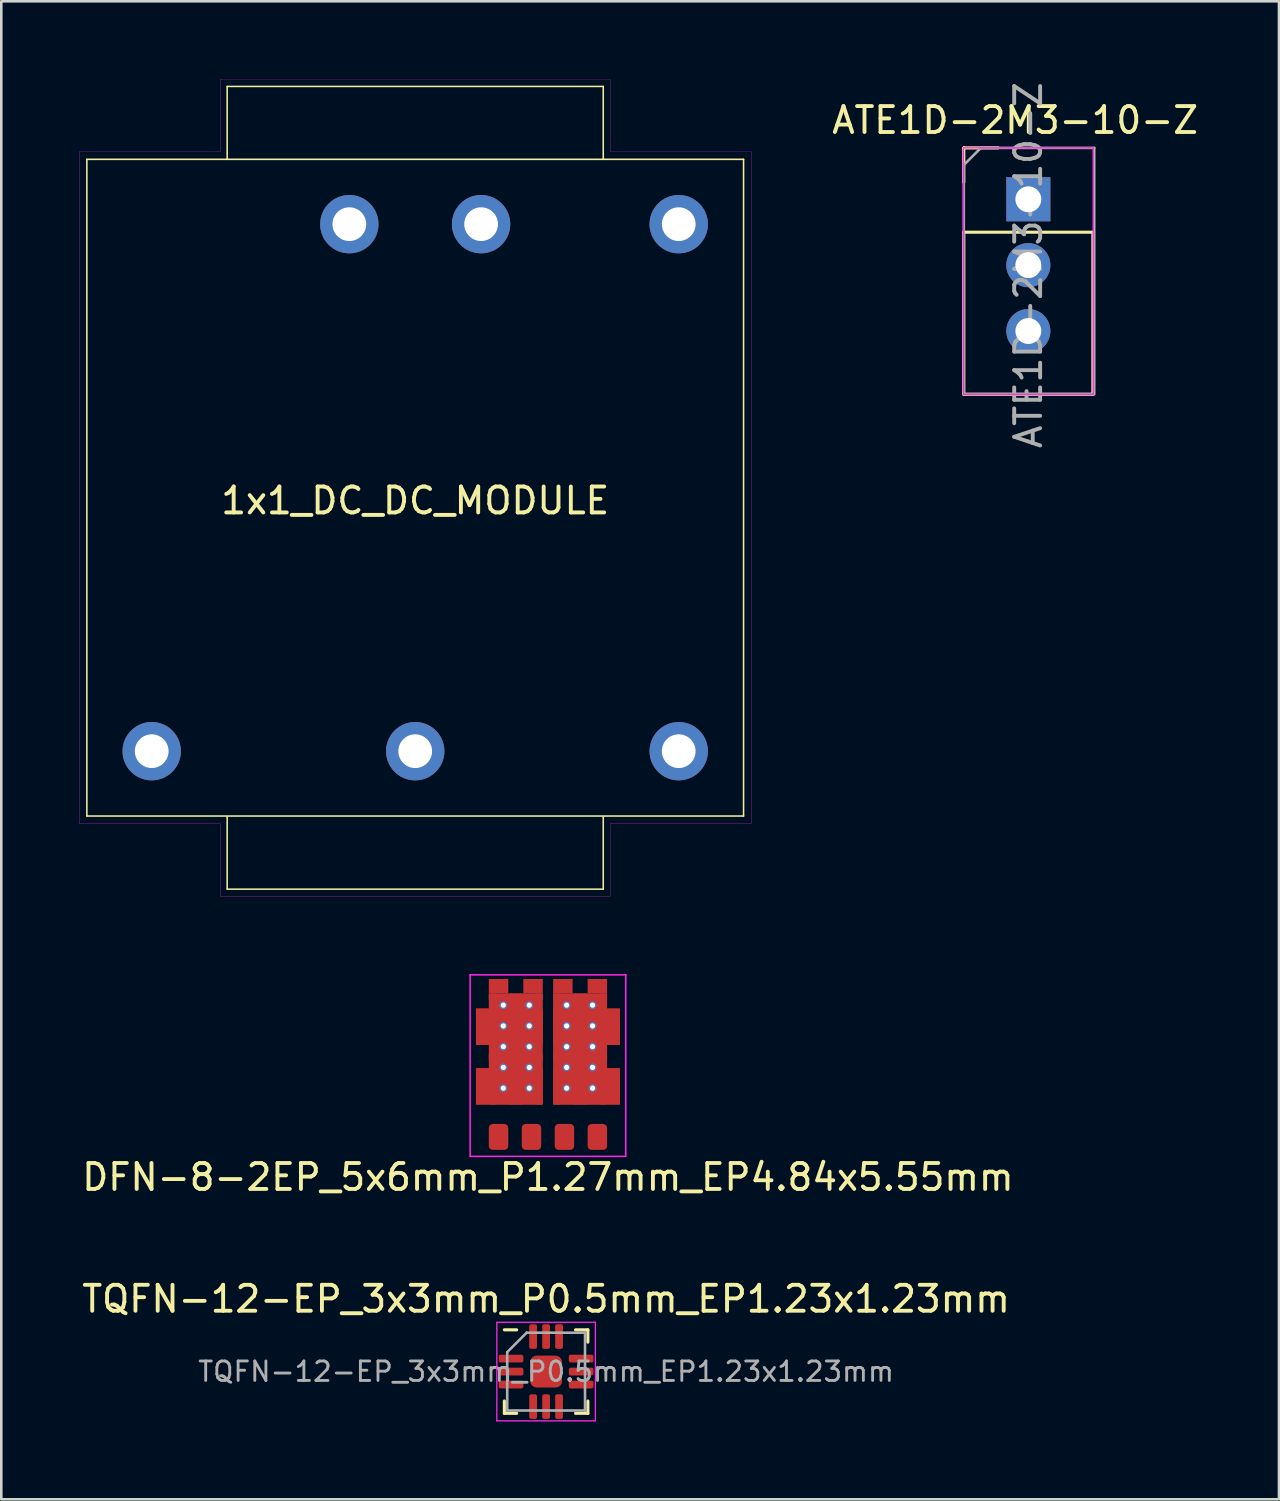
<source format=kicad_pcb>
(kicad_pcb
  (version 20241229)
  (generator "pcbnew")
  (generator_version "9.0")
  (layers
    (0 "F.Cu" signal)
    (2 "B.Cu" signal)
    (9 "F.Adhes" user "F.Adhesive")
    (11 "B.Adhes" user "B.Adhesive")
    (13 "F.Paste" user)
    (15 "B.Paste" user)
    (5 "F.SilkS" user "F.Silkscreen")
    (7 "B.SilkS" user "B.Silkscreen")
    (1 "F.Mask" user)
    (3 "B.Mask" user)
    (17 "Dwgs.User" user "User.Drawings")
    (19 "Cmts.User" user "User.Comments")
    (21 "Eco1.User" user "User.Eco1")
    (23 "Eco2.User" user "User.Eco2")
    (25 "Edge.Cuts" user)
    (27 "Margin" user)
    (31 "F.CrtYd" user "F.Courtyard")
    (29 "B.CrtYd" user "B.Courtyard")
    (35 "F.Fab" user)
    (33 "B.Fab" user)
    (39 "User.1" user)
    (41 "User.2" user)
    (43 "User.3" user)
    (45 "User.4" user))
  (footprint "TQFN-12-EP_3x3mm_P0.5mm_EP1.23x1.23mm"
    (layer "F.Cu")
    (at 18.006 49.833)
    (property "Reference" "TQFN-12-EP_3x3mm_P0.5mm_EP1.23x1.23mm" (at 0 -2.8 0) (layer "F.SilkS") (effects (font (size 1 1) (thickness 0.15))))
    (attr smd)
    (fp_line (start -1.61 1.61) (end -1.61 1.135) (stroke (width 0.12) (type solid)) (layer "F.SilkS"))
    (fp_line (start -1.135 -1.61) (end -1.61 -1.61) (stroke (width 0.12) (type solid)) (layer "F.SilkS"))
    (fp_line (start -1.135 1.61) (end -1.61 1.61) (stroke (width 0.12) (type solid)) (layer "F.SilkS"))
    (fp_line (start 1.135 -1.61) (end 1.61 -1.61) (stroke (width 0.12) (type solid)) (layer "F.SilkS"))
    (fp_line (start 1.135 1.61) (end 1.61 1.61) (stroke (width 0.12) (type solid)) (layer "F.SilkS"))
    (fp_line (start 1.61 -1.61) (end 1.61 -1.135) (stroke (width 0.12) (type solid)) (layer "F.SilkS"))
    (fp_line (start 1.61 1.61) (end 1.61 1.135) (stroke (width 0.12) (type solid)) (layer "F.SilkS"))
    (fp_line (start -1.9 -1.9) (end -1.9 1.9) (stroke (width 0.05) (type solid)) (layer "F.CrtYd"))
    (fp_line (start -1.9 1.9) (end 1.9 1.9) (stroke (width 0.05) (type solid)) (layer "F.CrtYd"))
    (fp_line (start 1.9 -1.9) (end -1.9 -1.9) (stroke (width 0.05) (type solid)) (layer "F.CrtYd"))
    (fp_line (start 1.9 1.9) (end 1.9 -1.9) (stroke (width 0.05) (type solid)) (layer "F.CrtYd"))
    (fp_line (start -1.5 -0.75) (end -0.75 -1.5) (stroke (width 0.1) (type solid)) (layer "F.Fab"))
    (fp_line (start -1.5 1.5) (end -1.5 -0.75) (stroke (width 0.1) (type solid)) (layer "F.Fab"))
    (fp_line (start -0.75 -1.5) (end 1.5 -1.5) (stroke (width 0.1) (type solid)) (layer "F.Fab"))
    (fp_line (start 1.5 -1.5) (end 1.5 1.5) (stroke (width 0.1) (type solid)) (layer "F.Fab"))
    (fp_line (start 1.5 1.5) (end -1.5 1.5) (stroke (width 0.1) (type solid)) (layer "F.Fab"))
    (fp_text user "${REFERENCE}" (at 0 0 0) (layer "F.Fab") (effects (font (size 0.75 0.75) (thickness 0.11))))
    (pad "" smd roundrect (at -0.31 -0.31) (size 0.5 0.5) (layers "F.Paste") (roundrect_rratio 0.25))
    (pad "" smd roundrect (at -0.31 0.31) (size 0.5 0.5) (layers "F.Paste") (roundrect_rratio 0.25))
    (pad "" smd roundrect (at 0.31 -0.31) (size 0.5 0.5) (layers "F.Paste") (roundrect_rratio 0.25))
    (pad "" smd roundrect (at 0.31 0.31) (size 0.5 0.5) (layers "F.Paste") (roundrect_rratio 0.25))
    (pad "1" smd roundrect (at -1.35 -0.5) (size 0.95 0.3) (layers "F.Cu" "F.Mask" "F.Paste") (roundrect_rratio 0.25))
    (pad "2" smd roundrect (at -1.35 0) (size 0.95 0.3) (layers "F.Cu" "F.Mask" "F.Paste") (roundrect_rratio 0.25))
    (pad "3" smd roundrect (at -1.35 0.5) (size 0.95 0.3) (layers "F.Cu" "F.Mask" "F.Paste") (roundrect_rratio 0.25))
    (pad "4" smd roundrect (at -0.5 1.35) (size 0.3 0.95) (layers "F.Cu" "F.Mask" "F.Paste") (roundrect_rratio 0.25))
    (pad "5" smd roundrect (at 0 1.35) (size 0.3 0.95) (layers "F.Cu" "F.Mask" "F.Paste") (roundrect_rratio 0.25))
    (pad "6" smd roundrect (at 0.5 1.35) (size 0.3 0.95) (layers "F.Cu" "F.Mask" "F.Paste") (roundrect_rratio 0.25))
    (pad "7" smd roundrect (at 1.35 0.5) (size 0.95 0.3) (layers "F.Cu" "F.Mask" "F.Paste") (roundrect_rratio 0.25))
    (pad "8" smd roundrect (at 1.35 0) (size 0.95 0.3) (layers "F.Cu" "F.Mask" "F.Paste") (roundrect_rratio 0.25))
    (pad "9" smd roundrect (at 1.35 -0.5) (size 0.95 0.3) (layers "F.Cu" "F.Mask" "F.Paste") (roundrect_rratio 0.25))
    (pad "10" smd roundrect (at 0.5 -1.35) (size 0.3 0.95) (layers "F.Cu" "F.Mask" "F.Paste") (roundrect_rratio 0.25))
    (pad "11" smd roundrect (at 0 -1.35) (size 0.3 0.95) (layers "F.Cu" "F.Mask" "F.Paste") (roundrect_rratio 0.25))
    (pad "12" smd roundrect (at -0.5 -1.35) (size 0.3 0.95) (layers "F.Cu" "F.Mask" "F.Paste") (roundrect_rratio 0.25))
    (pad "EP" smd roundrect (at 0 0) (size 1.23 1.23) (layers "F.Cu" "F.Mask" "F.Paste") (roundrect_rratio 0.203)))
  (footprint "DFN-8-2EP_5x6mm_P1.27mm_EP4.84x5.55mm"
    (layer "F.Cu")
    (at 18.077 40.786)
    (property "Reference" "DFN-8-2EP_5x6mm_P1.27mm_EP4.84x5.55mm" (at 0 1.55 0) (layer "F.SilkS") (effects (font (size 1 1) (thickness 0.15))))
    (attr through_hole)
    (fp_line (start -3 -6.25) (end 3 -6.25) (stroke (width 0.06) (type solid)) (layer "F.CrtYd"))
    (fp_line (start -3 0.75) (end -3 -6.25) (stroke (width 0.06) (type solid)) (layer "F.CrtYd"))
    (fp_line (start 3 -6.25) (end 3 0.75) (stroke (width 0.06) (type solid)) (layer "F.CrtYd"))
    (fp_line (start 3 0.75) (end -3 0.75) (stroke (width 0.06) (type solid)) (layer "F.CrtYd"))
    (pad "1" smd roundrect (at -1.905 0) (size 0.75 1) (layers "F.Cu" "F.Mask" "F.Paste") (roundrect_rratio 0.203))
    (pad "2" smd roundrect (at -0.635 0) (size 0.75 1) (layers "F.Cu" "F.Mask" "F.Paste") (roundrect_rratio 0.203))
    (pad "3" smd roundrect (at 0.635 0) (size 0.75 1) (layers "F.Cu" "F.Mask" "F.Paste") (roundrect_rratio 0.203))
    (pad "4" smd roundrect (at 1.905 0) (size 0.75 1) (layers "F.Cu" "F.Mask" "F.Paste") (roundrect_rratio 0.203))
    (pad "5" smd rect (at 0.36 -3.39) (size 0.25 4.28) (layers "F.Cu" "F.Mask" "F.Paste"))
    (pad "5" smd rect (at 0.575 -5.81) (size 0.75 0.56) (layers "F.Cu" "F.Mask" "F.Paste"))
    (pad "5" thru_hole circle (at 0.72 -5.08) (size 0.3 0.3) (drill 0.2) (layers "*.Cu" "*.Mask"))
    (pad "5" thru_hole circle (at 0.72 -4.28) (size 0.3 0.3) (drill 0.2) (layers "*.Cu" "*.Mask"))
    (pad "5" thru_hole circle (at 0.72 -3.48) (size 0.3 0.3) (drill 0.2) (layers "*.Cu" "*.Mask"))
    (pad "5" thru_hole circle (at 0.72 -2.68) (size 0.3 0.3) (drill 0.2) (layers "*.Cu" "*.Mask"))
    (pad "5" thru_hole circle (at 0.72 -1.88) (size 0.3 0.3) (drill 0.2) (layers "*.Cu" "*.Mask"))
    (pad "5" smd rect (at 1.24 -5.39) (size 2.08 0.25) (layers "F.Cu" "F.Mask" "F.Paste"))
    (pad "5" smd rect (at 1.24 -4.66) (size 2.08 0.25) (layers "F.Cu" "F.Mask" "F.Paste"))
    (pad "5" smd rect (at 1.24 -3.86) (size 2.08 0.25) (layers "F.Cu" "F.Mask" "F.Paste"))
    (pad "5" smd rect (at 1.24 -3.39) (size 0.5 4.28) (layers "F.Cu" "F.Mask" "F.Paste"))
    (pad "5" smd rect (at 1.24 -3.39) (size 2.08 4.28) (layers "F.Cu" "F.Mask"))
    (pad "5" smd rect (at 1.24 -3.06) (size 2.08 0.25) (layers "F.Cu" "F.Mask" "F.Paste"))
    (pad "5" smd rect (at 1.24 -2.27) (size 2.08 0.25) (layers "F.Cu" "F.Mask" "F.Paste"))
    (pad "5" smd rect (at 1.24 -1.49) (size 2.08 0.25) (layers "F.Cu" "F.Mask" "F.Paste"))
    (pad "5" smd rect (at 1.488 -4.25) (size 2.575 1.4) (layers "F.Cu" "F.Mask"))
    (pad "5" smd rect (at 1.488 -1.95) (size 2.575 1.4) (layers "F.Cu" "F.Mask"))
    (pad "5" thru_hole circle (at 1.72 -5.08) (size 0.3 0.3) (drill 0.2) (layers "*.Cu" "*.Mask"))
    (pad "5" thru_hole circle (at 1.72 -4.28) (size 0.3 0.3) (drill 0.2) (layers "*.Cu" "*.Mask"))
    (pad "5" thru_hole circle (at 1.72 -3.48) (size 0.3 0.3) (drill 0.2) (layers "*.Cu" "*.Mask"))
    (pad "5" thru_hole circle (at 1.72 -2.68) (size 0.3 0.3) (drill 0.2) (layers "*.Cu" "*.Mask"))
    (pad "5" thru_hole circle (at 1.72 -1.88) (size 0.3 0.3) (drill 0.2) (layers "*.Cu" "*.Mask"))
    (pad "5" smd rect (at 1.905 -5.81) (size 0.75 0.56) (layers "F.Cu" "F.Mask" "F.Paste"))
    (pad "5" smd rect (at 2.12 -3.39) (size 0.25 4.28) (layers "F.Cu" "F.Mask" "F.Paste"))
    (pad "5" smd rect (at 2.528 -4.25) (size 0.495 1.4) (layers "F.Cu" "F.Mask" "F.Paste"))
    (pad "5" smd rect (at 2.528 -1.95) (size 0.495 1.4) (layers "F.Cu" "F.Mask" "F.Paste"))
    (pad "6" smd rect (at -2.528 -4.25) (size 0.495 1.4) (layers "F.Cu" "F.Mask" "F.Paste"))
    (pad "6" smd rect (at -2.528 -1.95) (size 0.495 1.4) (layers "F.Cu" "F.Mask" "F.Paste"))
    (pad "6" smd rect (at -2.12 -3.39) (size 0.25 4.28) (layers "F.Cu" "F.Mask" "F.Paste"))
    (pad "6" smd rect (at -1.905 -5.81) (size 0.75 0.56) (layers "F.Cu" "F.Mask" "F.Paste"))
    (pad "6" thru_hole circle (at -1.72 -5.08) (size 0.3 0.3) (drill 0.2) (layers "*.Cu" "*.Mask"))
    (pad "6" thru_hole circle (at -1.72 -4.28) (size 0.3 0.3) (drill 0.2) (layers "*.Cu" "*.Mask"))
    (pad "6" thru_hole circle (at -1.72 -3.48) (size 0.3 0.3) (drill 0.2) (layers "*.Cu" "*.Mask"))
    (pad "6" thru_hole circle (at -1.72 -2.68) (size 0.3 0.3) (drill 0.2) (layers "*.Cu" "*.Mask"))
    (pad "6" thru_hole circle (at -1.72 -1.88) (size 0.3 0.3) (drill 0.2) (layers "*.Cu" "*.Mask"))
    (pad "6" smd rect (at -1.488 -4.25) (size 2.575 1.4) (layers "F.Cu" "F.Mask"))
    (pad "6" smd rect (at -1.488 -1.95) (size 2.575 1.4) (layers "F.Cu" "F.Mask"))
    (pad "6" smd rect (at -1.24 -5.39) (size 2.08 0.25) (layers "F.Cu" "F.Mask" "F.Paste"))
    (pad "6" smd rect (at -1.24 -4.66) (size 2.08 0.25) (layers "F.Cu" "F.Mask" "F.Paste"))
    (pad "6" smd rect (at -1.24 -3.86) (size 2.08 0.25) (layers "F.Cu" "F.Mask" "F.Paste"))
    (pad "6" smd rect (at -1.24 -3.39) (size 0.5 4.28) (layers "F.Cu" "F.Mask" "F.Paste"))
    (pad "6" smd rect (at -1.24 -3.39) (size 2.08 4.28) (layers "F.Cu" "F.Mask"))
    (pad "6" smd rect (at -1.24 -3.06) (size 2.08 0.25) (layers "F.Cu" "F.Mask" "F.Paste"))
    (pad "6" smd rect (at -1.24 -2.27) (size 2.08 0.25) (layers "F.Cu" "F.Mask" "F.Paste"))
    (pad "6" smd rect (at -1.24 -1.49) (size 2.08 0.25) (layers "F.Cu" "F.Mask" "F.Paste"))
    (pad "6" thru_hole circle (at -0.72 -5.08) (size 0.3 0.3) (drill 0.2) (layers "*.Cu" "*.Mask"))
    (pad "6" thru_hole circle (at -0.72 -4.28) (size 0.3 0.3) (drill 0.2) (layers "*.Cu" "*.Mask"))
    (pad "6" thru_hole circle (at -0.72 -3.48) (size 0.3 0.3) (drill 0.2) (layers "*.Cu" "*.Mask"))
    (pad "6" thru_hole circle (at -0.72 -2.68) (size 0.3 0.3) (drill 0.2) (layers "*.Cu" "*.Mask"))
    (pad "6" thru_hole circle (at -0.72 -1.88) (size 0.3 0.3) (drill 0.2) (layers "*.Cu" "*.Mask"))
    (pad "6" smd rect (at -0.575 -5.81) (size 0.75 0.56) (layers "F.Cu" "F.Mask" "F.Paste"))
    (pad "6" smd rect (at -0.36 -3.39) (size 0.25 4.28) (layers "F.Cu" "F.Mask" "F.Paste")))
  (footprint "ATE1D-2M3-10-Z"
    (layer "F.Cu")
    (at 36.599 4.633)
    (property "Reference" "ATE1D-2M3-10-Z" (at -0.508 -3.048 0) (layer "F.SilkS") (effects (font (size 1 1) (thickness 0.15))))
    (attr through_hole)
    (fp_line (start -2.489 -1.981) (end -1.159 -1.981) (stroke (width 0.12) (type solid)) (layer "F.SilkS"))
    (fp_line (start -2.489 -0.651) (end -2.489 -1.981) (stroke (width 0.12) (type solid)) (layer "F.SilkS"))
    (fp_line (start -2.489 1.27) (end -2.489 7.518) (stroke (width 0.12) (type solid)) (layer "F.SilkS"))
    (fp_line (start -2.489 1.27) (end 2.489 1.27) (stroke (width 0.12) (type solid)) (layer "F.SilkS"))
    (fp_line (start -2.489 7.518) (end 2.489 7.518) (stroke (width 0.12) (type solid)) (layer "F.SilkS"))
    (fp_line (start 2.489 1.27) (end 2.489 7.518) (stroke (width 0.12) (type solid)) (layer "F.SilkS"))
    (fp_line (start -2.5 -1.98) (end -2.5 7.52) (stroke (width 0.05) (type solid)) (layer "F.CrtYd"))
    (fp_line (start -2.5 7.52) (end 2.5 7.52) (stroke (width 0.05) (type solid)) (layer "F.CrtYd"))
    (fp_line (start 2.5 -1.98) (end -2.5 -1.98) (stroke (width 0.05) (type solid)) (layer "F.CrtYd"))
    (fp_line (start 2.5 7.52) (end 2.5 -1.98) (stroke (width 0.05) (type solid)) (layer "F.CrtYd"))
    (fp_line (start -2.489 -1.321) (end -1.854 -1.956) (stroke (width 0.1) (type solid)) (layer "F.Fab"))
    (fp_line (start -2.489 7.518) (end -2.489 -1.321) (stroke (width 0.1) (type solid)) (layer "F.Fab"))
    (fp_line (start -1.829 -1.981) (end 2.54 -1.981) (stroke (width 0.1) (type solid)) (layer "F.Fab"))
    (fp_line (start 2.489 7.518) (end -2.489 7.518) (stroke (width 0.1) (type solid)) (layer "F.Fab"))
    (fp_line (start 2.54 -1.981) (end 2.54 7.518) (stroke (width 0.1) (type solid)) (layer "F.Fab"))
    (fp_text user "${REFERENCE}" (at 0 2.54 90) (layer "F.Fab") (effects (font (size 1 1) (thickness 0.15))))
    (pad "1" thru_hole rect (at 0 0) (size 1.7 1.7) (drill 1) (layers "*.Cu" "*.Mask"))
    (pad "2" thru_hole oval (at 0 2.54) (size 1.7 1.7) (drill 1) (layers "*.Cu" "*.Mask"))
    (pad "3" thru_hole oval (at 0 5.08) (size 1.7 1.7) (drill 1) (layers "*.Cu" "*.Mask")))
  (footprint "1x1_DC_DC_MODULE"
    (layer "F.Cu")
    (at 12.959 15.753)
    (property "Reference" "1x1_DC_DC_MODULE" (at 0 0.5 0) (layer "F.SilkS") (effects (font (size 1 1) (thickness 0.15))))
    (attr through_hole)
    (fp_line (start -12.66 -12.66) (end -12.66 12.66) (stroke (width 0.06) (type solid)) (layer "F.SilkS"))
    (fp_line (start -12.66 12.66) (end 12.66 12.66) (stroke (width 0.06) (type solid)) (layer "F.SilkS"))
    (fp_line (start -7.25 -15.47) (end -7.25 -12.67) (stroke (width 0.06) (type solid)) (layer "F.SilkS"))
    (fp_line (start -7.25 12.68) (end -7.25 15.48) (stroke (width 0.06) (type solid)) (layer "F.SilkS"))
    (fp_line (start -7.25 15.48) (end 7.25 15.48) (stroke (width 0.06) (type solid)) (layer "F.SilkS"))
    (fp_line (start 7.25 -15.47) (end -7.25 -15.47) (stroke (width 0.06) (type solid)) (layer "F.SilkS"))
    (fp_line (start 7.25 -12.67) (end 7.25 -15.47) (stroke (width 0.06) (type solid)) (layer "F.SilkS"))
    (fp_line (start 7.25 15.48) (end 7.25 12.68) (stroke (width 0.06) (type solid)) (layer "F.SilkS"))
    (fp_line (start 12.66 -12.66) (end -12.66 -12.66) (stroke (width 0.06) (type solid)) (layer "F.SilkS"))
    (fp_line (start 12.66 12.66) (end 12.66 -12.66) (stroke (width 0.06) (type solid)) (layer "F.SilkS"))
    (fp_line (start -12.954 12.954) (end -12.954 -12.954) (stroke (width 0.01) (type solid)) (layer "F.CrtYd"))
    (fp_line (start -12.954 12.954) (end -7.518 12.954) (stroke (width 0.01) (type solid)) (layer "F.CrtYd"))
    (fp_line (start -7.518 -12.954) (end -12.954 -12.954) (stroke (width 0.01) (type solid)) (layer "F.CrtYd"))
    (fp_line (start -7.518 -12.954) (end -7.518 -15.748) (stroke (width 0.01) (type solid)) (layer "F.CrtYd"))
    (fp_line (start -7.518 12.954) (end -7.518 15.748) (stroke (width 0.01) (type solid)) (layer "F.CrtYd"))
    (fp_line (start -7.518 15.748) (end 7.518 15.748) (stroke (width 0.01) (type solid)) (layer "F.CrtYd"))
    (fp_line (start 7.518 -15.748) (end -7.518 -15.748) (stroke (width 0.01) (type solid)) (layer "F.CrtYd"))
    (fp_line (start 7.518 -12.954) (end 7.518 -15.748) (stroke (width 0.01) (type solid)) (layer "F.CrtYd"))
    (fp_line (start 7.518 12.954) (end 7.518 15.748) (stroke (width 0.01) (type solid)) (layer "F.CrtYd"))
    (fp_line (start 7.518 12.954) (end 12.954 12.954) (stroke (width 0.01) (type solid)) (layer "F.CrtYd"))
    (fp_line (start 12.954 -12.954) (end 7.518 -12.954) (stroke (width 0.01) (type solid)) (layer "F.CrtYd"))
    (fp_line (start 12.954 12.954) (end 12.954 -12.954) (stroke (width 0.01) (type solid)) (layer "F.CrtYd"))
    (pad "1" thru_hole circle (at -2.54 -10.16) (size 2.25 2.25) (drill 1.3) (layers "*.Cu" "*.Mask"))
    (pad "2" thru_hole circle (at 2.54 -10.16) (size 2.25 2.25) (drill 1.3) (layers "*.Cu" "*.Mask"))
    (pad "3" thru_hole circle (at -10.16 10.16) (size 2.25 2.25) (drill 1.3) (layers "*.Cu" "*.Mask"))
    (pad "4" thru_hole circle (at 0 10.16) (size 2.25 2.25) (drill 1.3) (layers "*.Cu" "*.Mask"))
    (pad "5" thru_hole circle (at 10.16 10.16) (size 2.25 2.25) (drill 1.3) (layers "*.Cu" "*.Mask"))
    (pad "6" thru_hole circle (at 10.16 -10.16) (size 2.25 2.25) (drill 1.3) (layers "*.Cu" "*.Mask")))
  (gr_rect
    (start -3 -3)
    (end 46.263 54.758)
    (stroke (width 0.1) (type default))
    (fill no)
    (layer "Edge.Cuts")))
</source>
